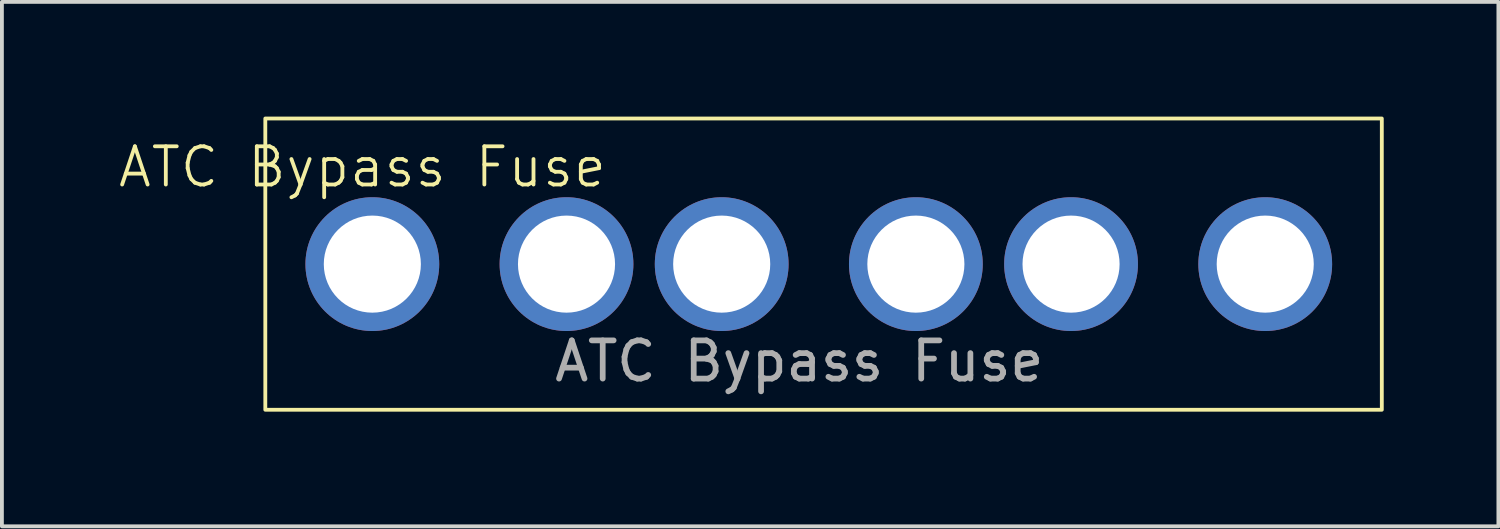
<source format=kicad_pcb>
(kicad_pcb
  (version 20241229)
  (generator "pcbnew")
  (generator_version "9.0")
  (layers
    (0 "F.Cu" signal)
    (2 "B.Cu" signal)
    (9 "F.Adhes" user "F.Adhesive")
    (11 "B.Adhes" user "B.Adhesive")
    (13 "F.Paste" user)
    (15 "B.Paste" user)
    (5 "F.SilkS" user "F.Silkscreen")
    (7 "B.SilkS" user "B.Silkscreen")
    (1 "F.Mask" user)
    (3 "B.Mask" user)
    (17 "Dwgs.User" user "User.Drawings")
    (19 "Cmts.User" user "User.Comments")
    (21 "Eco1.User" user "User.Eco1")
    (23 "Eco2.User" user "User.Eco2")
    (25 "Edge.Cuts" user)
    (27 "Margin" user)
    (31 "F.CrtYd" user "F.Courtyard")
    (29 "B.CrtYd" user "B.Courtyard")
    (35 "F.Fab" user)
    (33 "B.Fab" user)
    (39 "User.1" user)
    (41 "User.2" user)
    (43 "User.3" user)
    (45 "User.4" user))
  (footprint "ATC Bypass Fuse"
    (layer "F.Cu")
    (at 17.861 3.86)
    (property "Reference" "ATC Bypass Fuse" (at -11.43 -2.54 0) (unlocked yes) (layer "F.SilkS") (effects (font (size 1 1) (thickness 0.1))))
    (attr through_hole)
    (fp_rect (start -13.97 -3.81) (end 15.24 3.81) (stroke (width 0.1) (type default)) (fill no) (layer "F.SilkS"))
    (fp_text user "${REFERENCE}" (at 0 2.54 0) (unlocked yes) (layer "F.Fab") (effects (font (size 1 1) (thickness 0.15))))
    (pad "1" thru_hole circle (at -11.17 0) (size 3.5 3.5) (drill 2.54) (layers "*.Cu" "*.Mask"))
    (pad "1" thru_hole circle (at -6.09 0) (size 3.5 3.5) (drill 2.54) (layers "*.Cu" "*.Mask"))
    (pad "2" thru_hole circle (at -2.03 0) (size 3.5 3.5) (drill 2.54) (layers "*.Cu" "*.Mask"))
    (pad "2" thru_hole circle (at 3.05 0) (size 3.5 3.5) (drill 2.54) (layers "*.Cu" "*.Mask"))
    (pad "3" thru_hole circle (at 7.11 0) (size 3.5 3.5) (drill 2.54) (layers "*.Cu" "*.Mask"))
    (pad "3" thru_hole circle (at 12.19 0) (size 3.5 3.5) (drill 2.54) (layers "*.Cu" "*.Mask")))
  (gr_rect
    (start -3 -3)
    (end 36.151 10.72)
    (stroke (width 0.1) (type default))
    (fill no)
    (layer "Edge.Cuts")))
</source>
